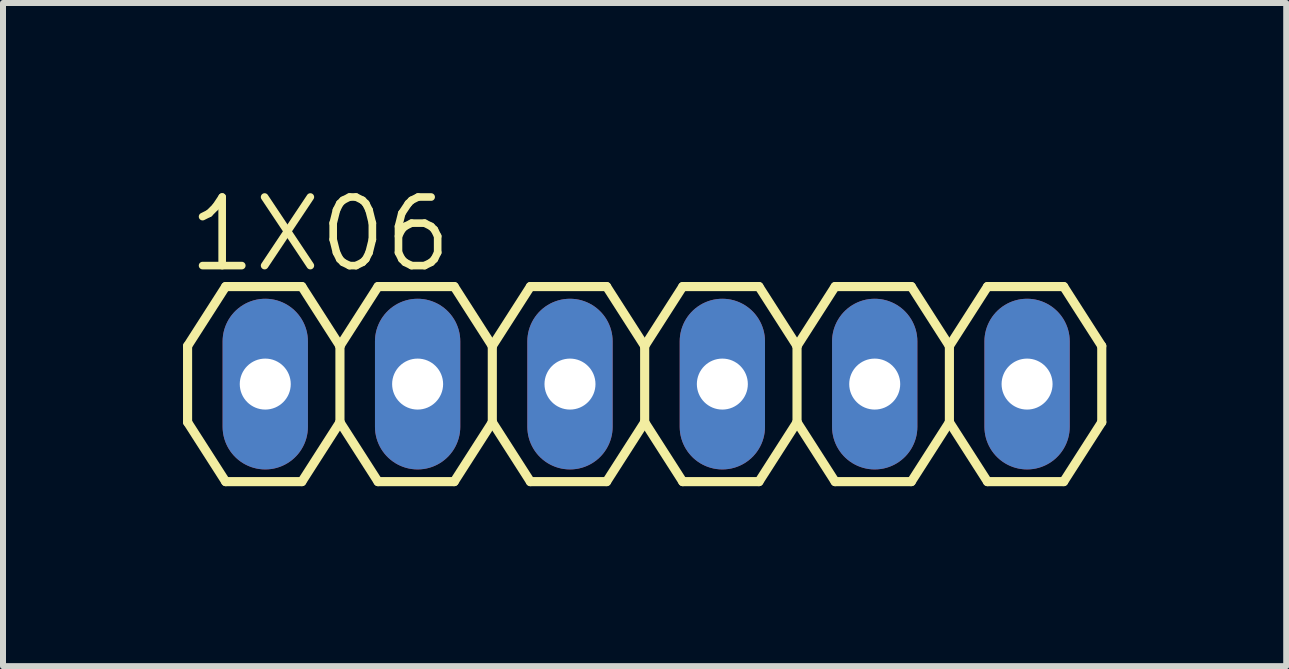
<source format=kicad_pcb>
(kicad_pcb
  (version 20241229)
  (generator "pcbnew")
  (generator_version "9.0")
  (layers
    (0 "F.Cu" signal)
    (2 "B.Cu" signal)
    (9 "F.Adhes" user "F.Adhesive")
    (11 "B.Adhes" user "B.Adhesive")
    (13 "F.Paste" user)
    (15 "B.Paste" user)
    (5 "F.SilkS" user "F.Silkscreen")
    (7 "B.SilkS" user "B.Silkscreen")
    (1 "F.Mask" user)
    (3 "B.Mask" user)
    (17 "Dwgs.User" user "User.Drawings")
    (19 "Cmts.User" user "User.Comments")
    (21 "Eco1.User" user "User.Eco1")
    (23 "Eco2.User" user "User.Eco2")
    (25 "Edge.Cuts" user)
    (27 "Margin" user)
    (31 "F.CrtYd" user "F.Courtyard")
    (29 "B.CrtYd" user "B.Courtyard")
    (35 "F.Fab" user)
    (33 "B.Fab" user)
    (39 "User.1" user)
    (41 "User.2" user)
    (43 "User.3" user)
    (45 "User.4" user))
  (footprint "1X06"
    (layer "F.Cu")
    (at 7.722 3.353)
    (property "Reference" "1X06" (at -7.696 -1.829 0) (layer "F.SilkS") (effects (font (size 1.143 1.143) (thickness 0.127)) (justify left bottom)))
    (fp_line (start -7.645 -0.635) (end -7.645 0.635) (stroke (width 0.152) (type solid)) (layer "F.SilkS"))
    (fp_line (start -7.645 0.635) (end -7.01 1.626) (stroke (width 0.152) (type solid)) (layer "F.SilkS"))
    (fp_line (start -7.01 -1.626) (end -7.645 -0.635) (stroke (width 0.152) (type solid)) (layer "F.SilkS"))
    (fp_line (start -7.01 -1.626) (end -5.74 -1.626) (stroke (width 0.152) (type solid)) (layer "F.SilkS"))
    (fp_line (start -5.74 -1.626) (end -5.105 -0.635) (stroke (width 0.152) (type solid)) (layer "F.SilkS"))
    (fp_line (start -5.74 1.626) (end -7.01 1.626) (stroke (width 0.152) (type solid)) (layer "F.SilkS"))
    (fp_line (start -5.105 -0.635) (end -5.105 0.635) (stroke (width 0.152) (type solid)) (layer "F.SilkS"))
    (fp_line (start -5.105 0.635) (end -5.74 1.626) (stroke (width 0.152) (type solid)) (layer "F.SilkS"))
    (fp_line (start -5.105 0.635) (end -4.47 1.626) (stroke (width 0.152) (type solid)) (layer "F.SilkS"))
    (fp_line (start -4.47 -1.626) (end -5.105 -0.635) (stroke (width 0.152) (type solid)) (layer "F.SilkS"))
    (fp_line (start -4.47 -1.626) (end -3.2 -1.626) (stroke (width 0.152) (type solid)) (layer "F.SilkS"))
    (fp_line (start -3.2 -1.626) (end -2.565 -0.635) (stroke (width 0.152) (type solid)) (layer "F.SilkS"))
    (fp_line (start -3.2 1.626) (end -4.47 1.626) (stroke (width 0.152) (type solid)) (layer "F.SilkS"))
    (fp_line (start -2.565 -0.635) (end -2.565 0.635) (stroke (width 0.152) (type solid)) (layer "F.SilkS"))
    (fp_line (start -2.565 0.635) (end -3.2 1.626) (stroke (width 0.152) (type solid)) (layer "F.SilkS"))
    (fp_line (start -2.565 0.635) (end -1.93 1.626) (stroke (width 0.152) (type solid)) (layer "F.SilkS"))
    (fp_line (start -1.93 -1.626) (end -2.565 -0.635) (stroke (width 0.152) (type solid)) (layer "F.SilkS"))
    (fp_line (start -1.93 -1.626) (end -0.66 -1.626) (stroke (width 0.152) (type solid)) (layer "F.SilkS"))
    (fp_line (start -0.66 -1.626) (end -0.025 -0.635) (stroke (width 0.152) (type solid)) (layer "F.SilkS"))
    (fp_line (start -0.66 1.626) (end -1.93 1.626) (stroke (width 0.152) (type solid)) (layer "F.SilkS"))
    (fp_line (start -0.025 -0.635) (end -0.025 0.635) (stroke (width 0.152) (type solid)) (layer "F.SilkS"))
    (fp_line (start -0.025 0.635) (end -0.66 1.626) (stroke (width 0.152) (type solid)) (layer "F.SilkS"))
    (fp_line (start -0.025 0.635) (end 0.61 1.626) (stroke (width 0.152) (type solid)) (layer "F.SilkS"))
    (fp_line (start 0.61 -1.626) (end -0.025 -0.635) (stroke (width 0.152) (type solid)) (layer "F.SilkS"))
    (fp_line (start 0.61 -1.626) (end 1.88 -1.626) (stroke (width 0.152) (type solid)) (layer "F.SilkS"))
    (fp_line (start 1.88 -1.626) (end 2.515 -0.635) (stroke (width 0.152) (type solid)) (layer "F.SilkS"))
    (fp_line (start 1.88 1.626) (end 0.61 1.626) (stroke (width 0.152) (type solid)) (layer "F.SilkS"))
    (fp_line (start 2.515 -0.635) (end 2.515 0.635) (stroke (width 0.152) (type solid)) (layer "F.SilkS"))
    (fp_line (start 2.515 0.635) (end 1.88 1.626) (stroke (width 0.152) (type solid)) (layer "F.SilkS"))
    (fp_line (start 2.515 0.635) (end 3.15 1.626) (stroke (width 0.152) (type solid)) (layer "F.SilkS"))
    (fp_line (start 3.15 -1.626) (end 2.515 -0.635) (stroke (width 0.152) (type solid)) (layer "F.SilkS"))
    (fp_line (start 3.15 -1.626) (end 4.42 -1.626) (stroke (width 0.152) (type solid)) (layer "F.SilkS"))
    (fp_line (start 4.42 -1.626) (end 5.055 -0.635) (stroke (width 0.152) (type solid)) (layer "F.SilkS"))
    (fp_line (start 4.42 1.626) (end 3.15 1.626) (stroke (width 0.152) (type solid)) (layer "F.SilkS"))
    (fp_line (start 5.055 -0.635) (end 5.055 0.635) (stroke (width 0.152) (type solid)) (layer "F.SilkS"))
    (fp_line (start 5.055 0.635) (end 4.42 1.626) (stroke (width 0.152) (type solid)) (layer "F.SilkS"))
    (fp_line (start 5.055 0.635) (end 5.69 1.626) (stroke (width 0.152) (type solid)) (layer "F.SilkS"))
    (fp_line (start 5.69 -1.626) (end 5.055 -0.635) (stroke (width 0.152) (type solid)) (layer "F.SilkS"))
    (fp_line (start 5.69 -1.626) (end 6.96 -1.626) (stroke (width 0.152) (type solid)) (layer "F.SilkS"))
    (fp_line (start 6.96 -1.626) (end 7.595 -0.635) (stroke (width 0.152) (type solid)) (layer "F.SilkS"))
    (fp_line (start 6.96 1.626) (end 5.69 1.626) (stroke (width 0.152) (type solid)) (layer "F.SilkS"))
    (fp_line (start 7.595 -0.635) (end 7.595 0.635) (stroke (width 0.152) (type solid)) (layer "F.SilkS"))
    (fp_line (start 7.595 0.635) (end 6.96 1.626) (stroke (width 0.152) (type solid)) (layer "F.SilkS"))
    (fp_poly (pts (xy -6.604 0.254) (xy -6.096 0.254) (xy -6.096 -0.254) (xy -6.604 -0.254)) (stroke (width 0.1) (type solid)) (fill no) (layer "F.Fab"))
    (fp_poly (pts (xy -4.064 0.254) (xy -3.556 0.254) (xy -3.556 -0.254) (xy -4.064 -0.254)) (stroke (width 0.1) (type solid)) (fill no) (layer "F.Fab"))
    (fp_poly (pts (xy -1.524 0.254) (xy -1.016 0.254) (xy -1.016 -0.254) (xy -1.524 -0.254)) (stroke (width 0.1) (type solid)) (fill no) (layer "F.Fab"))
    (fp_poly (pts (xy 1.016 0.254) (xy 1.524 0.254) (xy 1.524 -0.254) (xy 1.016 -0.254)) (stroke (width 0.1) (type solid)) (fill no) (layer "F.Fab"))
    (fp_poly (pts (xy 3.556 0.254) (xy 4.064 0.254) (xy 4.064 -0.254) (xy 3.556 -0.254)) (stroke (width 0.1) (type solid)) (fill no) (layer "F.Fab"))
    (fp_poly (pts (xy 6.096 0.254) (xy 6.604 0.254) (xy 6.604 -0.254) (xy 6.096 -0.254)) (stroke (width 0.1) (type solid)) (fill no) (layer "F.Fab"))
    (pad "1" thru_hole oval (at -6.35 0 90) (size 2.845 1.422) (drill 0.85) (layers "*.Cu" "*.Mask"))
    (pad "2" thru_hole oval (at -3.81 0 90) (size 2.845 1.422) (drill 0.85) (layers "*.Cu" "*.Mask"))
    (pad "3" thru_hole oval (at -1.27 0 90) (size 2.845 1.422) (drill 0.85) (layers "*.Cu" "*.Mask"))
    (pad "4" thru_hole oval (at 1.27 0 90) (size 2.845 1.422) (drill 0.85) (layers "*.Cu" "*.Mask"))
    (pad "5" thru_hole oval (at 3.81 0 90) (size 2.845 1.422) (drill 0.85) (layers "*.Cu" "*.Mask"))
    (pad "6" thru_hole oval (at 6.35 0 90) (size 2.845 1.422) (drill 0.85) (layers "*.Cu" "*.Mask")))
  (gr_rect
    (start -3 -3)
    (end 18.392 8.055)
    (stroke (width 0.1) (type default))
    (fill no)
    (layer "Edge.Cuts")))
</source>
